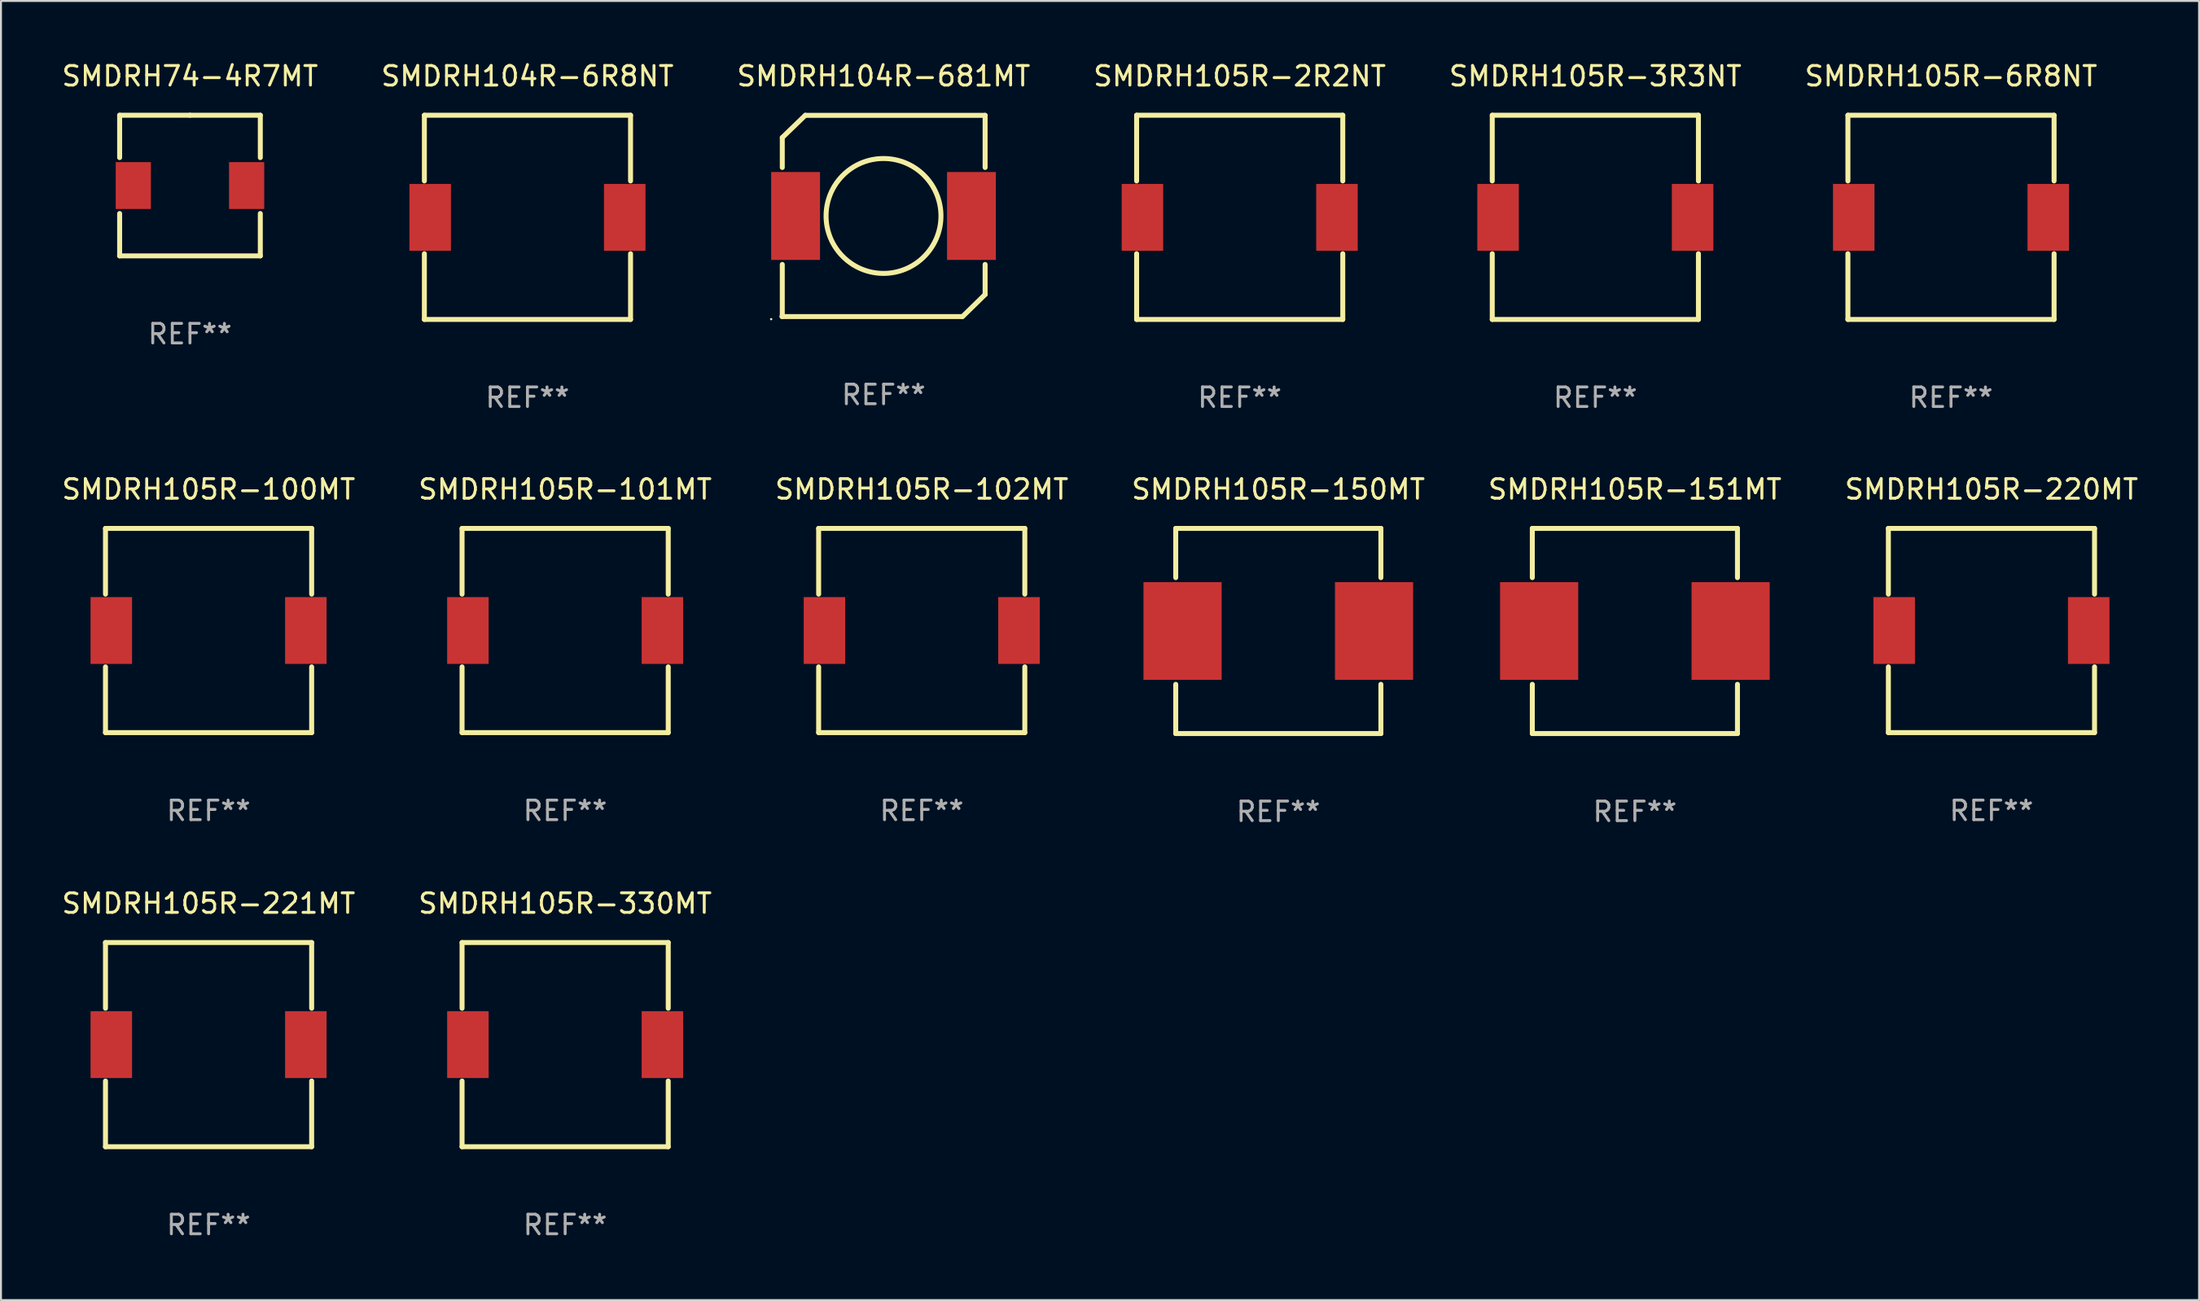
<source format=kicad_pcb>
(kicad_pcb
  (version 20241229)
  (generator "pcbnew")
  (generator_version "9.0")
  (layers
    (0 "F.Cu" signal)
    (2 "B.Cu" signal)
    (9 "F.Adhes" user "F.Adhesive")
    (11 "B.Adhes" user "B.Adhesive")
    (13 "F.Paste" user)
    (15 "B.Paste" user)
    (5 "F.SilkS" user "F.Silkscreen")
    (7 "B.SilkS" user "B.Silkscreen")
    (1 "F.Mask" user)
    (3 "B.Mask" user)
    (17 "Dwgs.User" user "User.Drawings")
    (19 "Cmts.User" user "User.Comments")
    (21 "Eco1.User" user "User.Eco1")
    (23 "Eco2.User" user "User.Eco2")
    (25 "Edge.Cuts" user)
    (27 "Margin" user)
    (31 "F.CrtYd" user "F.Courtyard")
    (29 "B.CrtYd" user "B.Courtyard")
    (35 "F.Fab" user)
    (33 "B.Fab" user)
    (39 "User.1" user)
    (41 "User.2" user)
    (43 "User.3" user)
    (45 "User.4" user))
  (footprint "SMDRH105R-100MT"
    (layer "F.Cu")
    (at 7.625 29.223)
    (property "Reference" "SMDRH105R-100MT" (at 0 -7.226 0) (layer "F.SilkS") (effects (font (size 1 1) (thickness 0.15))))
    (attr through_hole)
    (fp_line (start -5.276 -5.226) (end 5.276 -5.226) (stroke (width 0.254) (type solid)) (layer "F.SilkS"))
    (fp_line (start -5.276 -1.862) (end -5.276 -5.226) (stroke (width 0.254) (type solid)) (layer "F.SilkS"))
    (fp_line (start -5.276 1.862) (end -5.276 5.226) (stroke (width 0.254) (type solid)) (layer "F.SilkS"))
    (fp_line (start -5.276 5.226) (end 5.276 5.226) (stroke (width 0.254) (type solid)) (layer "F.SilkS"))
    (fp_line (start 5.276 -5.226) (end 5.276 -1.862) (stroke (width 0.254) (type solid)) (layer "F.SilkS"))
    (fp_line (start 5.276 5.226) (end 5.276 1.862) (stroke (width 0.254) (type solid)) (layer "F.SilkS"))
    (fp_circle (center 5.2 -5.15) (end 5.23 -5.15) (stroke (width 0.06) (type solid)) (fill no) (layer "F.SilkS"))
    (fp_text user "REF**" (at 0 9.226 0) (layer "F.Fab") (effects (font (size 1 1) (thickness 0.15))))
    (pad "1" smd rect (at 4.978 0) (size 2.124 3.42) (layers "F.Cu" "F.Mask" "F.Paste"))
    (pad "2" smd rect (at -4.978 0) (size 2.124 3.42) (layers "F.Cu" "F.Mask" "F.Paste")))
  (footprint "SMDRH104R-681MT"
    (layer "F.Cu")
    (at 42.173 8.004)
    (property "Reference" "SMDRH104R-681MT" (at 0 -7.156 0) (layer "F.SilkS") (effects (font (size 1 1) (thickness 0.15))))
    (attr through_hole)
    (fp_line (start -5.185 -4.013) (end -5.185 -2.481) (stroke (width 0.254) (type solid)) (layer "F.SilkS"))
    (fp_line (start -5.185 2.481) (end -5.185 5.15) (stroke (width 0.254) (type solid)) (layer "F.SilkS"))
    (fp_line (start -4.004 -5.156) (end -5.185 -4.013) (stroke (width 0.254) (type solid)) (layer "F.SilkS"))
    (fp_line (start -4.004 -5.15) (end 5.196 -5.15) (stroke (width 0.254) (type solid)) (layer "F.SilkS"))
    (fp_line (start 3.996 5.15) (end -5.203 5.15) (stroke (width 0.254) (type solid)) (layer "F.SilkS"))
    (fp_line (start 5.196 -5.15) (end 5.196 -2.481) (stroke (width 0.254) (type solid)) (layer "F.SilkS"))
    (fp_line (start 5.196 2.481) (end 5.196 4.013) (stroke (width 0.254) (type solid)) (layer "F.SilkS"))
    (fp_line (start 5.203 4.013) (end 4.035 5.156) (stroke (width 0.254) (type solid)) (layer "F.SilkS"))
    (fp_circle (center -5.754 5.283) (end -5.724 5.283) (stroke (width 0.06) (type solid)) (fill no) (layer "F.SilkS"))
    (fp_circle (center -0.004 0) (end 2.936 0) (stroke (width 0.254) (type solid)) (fill no) (layer "F.SilkS"))
    (fp_text user "XXX" (at -2.544 0.091 0) (layer "B.Mask") (effects (font (size 1 1) (thickness 0.15))))
    (fp_text user "REF**" (at 0 9.156 0) (layer "F.Fab") (effects (font (size 1 1) (thickness 0.15))))
    (pad "1" smd rect (at -4.504 0) (size 2.5 4.5) (layers "F.Cu" "F.Mask" "F.Paste"))
    (pad "2" smd rect (at 4.497 0) (size 2.5 4.5) (layers "F.Cu" "F.Mask" "F.Paste")))
  (footprint "SMDRH105R-6R8NT"
    (layer "F.Cu")
    (at 96.804 8.074)
    (property "Reference" "SMDRH105R-6R8NT" (at 0 -7.226 0) (layer "F.SilkS") (effects (font (size 1 1) (thickness 0.15))))
    (attr through_hole)
    (fp_line (start -5.276 -5.226) (end 5.276 -5.226) (stroke (width 0.254) (type solid)) (layer "F.SilkS"))
    (fp_line (start -5.276 -1.862) (end -5.276 -5.226) (stroke (width 0.254) (type solid)) (layer "F.SilkS"))
    (fp_line (start -5.276 1.862) (end -5.276 5.226) (stroke (width 0.254) (type solid)) (layer "F.SilkS"))
    (fp_line (start -5.276 5.226) (end 5.276 5.226) (stroke (width 0.254) (type solid)) (layer "F.SilkS"))
    (fp_line (start 5.276 -5.226) (end 5.276 -1.862) (stroke (width 0.254) (type solid)) (layer "F.SilkS"))
    (fp_line (start 5.276 5.226) (end 5.276 1.862) (stroke (width 0.254) (type solid)) (layer "F.SilkS"))
    (fp_circle (center 5.2 -5.15) (end 5.23 -5.15) (stroke (width 0.06) (type solid)) (fill no) (layer "F.SilkS"))
    (fp_text user "REF**" (at 0 9.226 0) (layer "F.Fab") (effects (font (size 1 1) (thickness 0.15))))
    (pad "1" smd rect (at 4.978 0) (size 2.124 3.42) (layers "F.Cu" "F.Mask" "F.Paste"))
    (pad "2" smd rect (at -4.978 0) (size 2.124 3.42) (layers "F.Cu" "F.Mask" "F.Paste")))
  (footprint "SMDRH105R-220MT"
    (layer "F.Cu")
    (at 98.875 29.223)
    (property "Reference" "SMDRH105R-220MT" (at 0 -7.226 0) (layer "F.SilkS") (effects (font (size 1 1) (thickness 0.15))))
    (attr through_hole)
    (fp_line (start -5.276 -5.226) (end 5.276 -5.226) (stroke (width 0.254) (type solid)) (layer "F.SilkS"))
    (fp_line (start -5.276 -1.862) (end -5.276 -5.226) (stroke (width 0.254) (type solid)) (layer "F.SilkS"))
    (fp_line (start -5.276 1.862) (end -5.276 5.226) (stroke (width 0.254) (type solid)) (layer "F.SilkS"))
    (fp_line (start -5.276 5.226) (end 5.276 5.226) (stroke (width 0.254) (type solid)) (layer "F.SilkS"))
    (fp_line (start 5.276 -5.226) (end 5.276 -1.862) (stroke (width 0.254) (type solid)) (layer "F.SilkS"))
    (fp_line (start 5.276 5.226) (end 5.276 1.862) (stroke (width 0.254) (type solid)) (layer "F.SilkS"))
    (fp_circle (center 5.2 -5.15) (end 5.23 -5.15) (stroke (width 0.06) (type solid)) (fill no) (layer "F.SilkS"))
    (fp_text user "REF**" (at 0 9.226 0) (layer "F.Fab") (effects (font (size 1 1) (thickness 0.15))))
    (pad "1" smd rect (at 4.978 0) (size 2.124 3.42) (layers "F.Cu" "F.Mask" "F.Paste"))
    (pad "2" smd rect (at -4.978 0) (size 2.124 3.42) (layers "F.Cu" "F.Mask" "F.Paste")))
  (footprint "SMDRH105R-102MT"
    (layer "F.Cu")
    (at 44.125 29.223)
    (property "Reference" "SMDRH105R-102MT" (at 0 -7.226 0) (layer "F.SilkS") (effects (font (size 1 1) (thickness 0.15))))
    (attr through_hole)
    (fp_line (start -5.276 -5.226) (end 5.276 -5.226) (stroke (width 0.254) (type solid)) (layer "F.SilkS"))
    (fp_line (start -5.276 -1.862) (end -5.276 -5.226) (stroke (width 0.254) (type solid)) (layer "F.SilkS"))
    (fp_line (start -5.276 1.862) (end -5.276 5.226) (stroke (width 0.254) (type solid)) (layer "F.SilkS"))
    (fp_line (start -5.276 5.226) (end 5.276 5.226) (stroke (width 0.254) (type solid)) (layer "F.SilkS"))
    (fp_line (start 5.276 -5.226) (end 5.276 -1.862) (stroke (width 0.254) (type solid)) (layer "F.SilkS"))
    (fp_line (start 5.276 5.226) (end 5.276 1.862) (stroke (width 0.254) (type solid)) (layer "F.SilkS"))
    (fp_circle (center 5.2 -5.15) (end 5.23 -5.15) (stroke (width 0.06) (type solid)) (fill no) (layer "F.SilkS"))
    (fp_text user "REF**" (at 0 9.226 0) (layer "F.Fab") (effects (font (size 1 1) (thickness 0.15))))
    (pad "1" smd rect (at 4.978 0) (size 2.124 3.42) (layers "F.Cu" "F.Mask" "F.Paste"))
    (pad "2" smd rect (at -4.978 0) (size 2.124 3.42) (layers "F.Cu" "F.Mask" "F.Paste")))
  (footprint "SMDRH105R-2R2NT"
    (layer "F.Cu")
    (at 60.399 8.074)
    (property "Reference" "SMDRH105R-2R2NT" (at 0 -7.226 0) (layer "F.SilkS") (effects (font (size 1 1) (thickness 0.15))))
    (attr through_hole)
    (fp_line (start -5.276 -5.226) (end 5.276 -5.226) (stroke (width 0.254) (type solid)) (layer "F.SilkS"))
    (fp_line (start -5.276 -1.862) (end -5.276 -5.226) (stroke (width 0.254) (type solid)) (layer "F.SilkS"))
    (fp_line (start -5.276 1.862) (end -5.276 5.226) (stroke (width 0.254) (type solid)) (layer "F.SilkS"))
    (fp_line (start -5.276 5.226) (end 5.276 5.226) (stroke (width 0.254) (type solid)) (layer "F.SilkS"))
    (fp_line (start 5.276 -5.226) (end 5.276 -1.862) (stroke (width 0.254) (type solid)) (layer "F.SilkS"))
    (fp_line (start 5.276 5.226) (end 5.276 1.862) (stroke (width 0.254) (type solid)) (layer "F.SilkS"))
    (fp_circle (center 5.2 -5.15) (end 5.23 -5.15) (stroke (width 0.06) (type solid)) (fill no) (layer "F.SilkS"))
    (fp_text user "REF**" (at 0 9.226 0) (layer "F.Fab") (effects (font (size 1 1) (thickness 0.15))))
    (pad "1" smd rect (at 4.978 0) (size 2.124 3.42) (layers "F.Cu" "F.Mask" "F.Paste"))
    (pad "2" smd rect (at -4.978 0) (size 2.124 3.42) (layers "F.Cu" "F.Mask" "F.Paste")))
  (footprint "SMDRH105R-151MT"
    (layer "F.Cu")
    (at 80.625 29.247)
    (property "Reference" "SMDRH105R-151MT" (at 0 -7.25 0) (layer "F.SilkS") (effects (font (size 1 1) (thickness 0.15))))
    (attr through_hole)
    (fp_line (start -5.25 -5.25) (end -5.25 -2.731) (stroke (width 0.254) (type solid)) (layer "F.SilkS"))
    (fp_line (start -5.25 -5.25) (end 5.25 -5.25) (stroke (width 0.254) (type solid)) (layer "F.SilkS"))
    (fp_line (start -5.25 2.731) (end -5.25 5.25) (stroke (width 0.254) (type solid)) (layer "F.SilkS"))
    (fp_line (start -4.989 5.25) (end -5.25 5.25) (stroke (width 0.254) (type solid)) (layer "F.SilkS"))
    (fp_line (start 5.25 -5.25) (end 5.25 -2.731) (stroke (width 0.254) (type solid)) (layer "F.SilkS"))
    (fp_line (start 5.25 2.731) (end 5.25 5.25) (stroke (width 0.254) (type solid)) (layer "F.SilkS"))
    (fp_line (start 5.25 5.25) (end -4.989 5.25) (stroke (width 0.254) (type solid)) (layer "F.SilkS"))
    (fp_circle (center -5.25 5.25) (end -5.22 5.25) (stroke (width 0.06) (type solid)) (fill no) (layer "F.SilkS"))
    (fp_text user "REF**" (at 0 9.25 0) (layer "F.Fab") (effects (font (size 1 1) (thickness 0.15))))
    (pad "1" smd rect (at -4.9 -0.000013) (size 4 5) (layers "F.Cu" "F.Mask" "F.Paste"))
    (pad "2" smd rect (at 4.9 -0.000013) (size 4 5) (layers "F.Cu" "F.Mask" "F.Paste")))
  (footprint "SMDRH105R-3R3NT"
    (layer "F.Cu")
    (at 78.601 8.074)
    (property "Reference" "SMDRH105R-3R3NT" (at 0 -7.226 0) (layer "F.SilkS") (effects (font (size 1 1) (thickness 0.15))))
    (attr through_hole)
    (fp_line (start -5.276 -5.226) (end 5.276 -5.226) (stroke (width 0.254) (type solid)) (layer "F.SilkS"))
    (fp_line (start -5.276 -1.862) (end -5.276 -5.226) (stroke (width 0.254) (type solid)) (layer "F.SilkS"))
    (fp_line (start -5.276 1.862) (end -5.276 5.226) (stroke (width 0.254) (type solid)) (layer "F.SilkS"))
    (fp_line (start -5.276 5.226) (end 5.276 5.226) (stroke (width 0.254) (type solid)) (layer "F.SilkS"))
    (fp_line (start 5.276 -5.226) (end 5.276 -1.862) (stroke (width 0.254) (type solid)) (layer "F.SilkS"))
    (fp_line (start 5.276 5.226) (end 5.276 1.862) (stroke (width 0.254) (type solid)) (layer "F.SilkS"))
    (fp_circle (center 5.2 -5.15) (end 5.23 -5.15) (stroke (width 0.06) (type solid)) (fill no) (layer "F.SilkS"))
    (fp_text user "REF**" (at 0 9.226 0) (layer "F.Fab") (effects (font (size 1 1) (thickness 0.15))))
    (pad "1" smd rect (at 4.978 0) (size 2.124 3.42) (layers "F.Cu" "F.Mask" "F.Paste"))
    (pad "2" smd rect (at -4.978 0) (size 2.124 3.42) (layers "F.Cu" "F.Mask" "F.Paste")))
  (footprint "SMDRH105R-330MT"
    (layer "F.Cu")
    (at 25.875 50.42)
    (property "Reference" "SMDRH105R-330MT" (at 0 -7.226 0) (layer "F.SilkS") (effects (font (size 1 1) (thickness 0.15))))
    (attr through_hole)
    (fp_line (start -5.276 -5.226) (end 5.276 -5.226) (stroke (width 0.254) (type solid)) (layer "F.SilkS"))
    (fp_line (start -5.276 -1.862) (end -5.276 -5.226) (stroke (width 0.254) (type solid)) (layer "F.SilkS"))
    (fp_line (start -5.276 1.862) (end -5.276 5.226) (stroke (width 0.254) (type solid)) (layer "F.SilkS"))
    (fp_line (start -5.276 5.226) (end 5.276 5.226) (stroke (width 0.254) (type solid)) (layer "F.SilkS"))
    (fp_line (start 5.276 -5.226) (end 5.276 -1.862) (stroke (width 0.254) (type solid)) (layer "F.SilkS"))
    (fp_line (start 5.276 5.226) (end 5.276 1.862) (stroke (width 0.254) (type solid)) (layer "F.SilkS"))
    (fp_circle (center 5.2 -5.15) (end 5.23 -5.15) (stroke (width 0.06) (type solid)) (fill no) (layer "F.SilkS"))
    (fp_text user "REF**" (at 0 9.226 0) (layer "F.Fab") (effects (font (size 1 1) (thickness 0.15))))
    (pad "1" smd rect (at 4.978 0) (size 2.124 3.42) (layers "F.Cu" "F.Mask" "F.Paste"))
    (pad "2" smd rect (at -4.978 0) (size 2.124 3.42) (layers "F.Cu" "F.Mask" "F.Paste")))
  (footprint "SMDRH105R-101MT"
    (layer "F.Cu")
    (at 25.875 29.223)
    (property "Reference" "SMDRH105R-101MT" (at 0 -7.226 0) (layer "F.SilkS") (effects (font (size 1 1) (thickness 0.15))))
    (attr through_hole)
    (fp_line (start -5.276 -5.226) (end 5.276 -5.226) (stroke (width 0.254) (type solid)) (layer "F.SilkS"))
    (fp_line (start -5.276 -1.862) (end -5.276 -5.226) (stroke (width 0.254) (type solid)) (layer "F.SilkS"))
    (fp_line (start -5.276 1.862) (end -5.276 5.226) (stroke (width 0.254) (type solid)) (layer "F.SilkS"))
    (fp_line (start -5.276 5.226) (end 5.276 5.226) (stroke (width 0.254) (type solid)) (layer "F.SilkS"))
    (fp_line (start 5.276 -5.226) (end 5.276 -1.862) (stroke (width 0.254) (type solid)) (layer "F.SilkS"))
    (fp_line (start 5.276 5.226) (end 5.276 1.862) (stroke (width 0.254) (type solid)) (layer "F.SilkS"))
    (fp_circle (center 5.2 -5.15) (end 5.23 -5.15) (stroke (width 0.06) (type solid)) (fill no) (layer "F.SilkS"))
    (fp_text user "REF**" (at 0 9.226 0) (layer "F.Fab") (effects (font (size 1 1) (thickness 0.15))))
    (pad "1" smd rect (at 4.978 0) (size 2.124 3.42) (layers "F.Cu" "F.Mask" "F.Paste"))
    (pad "2" smd rect (at -4.978 0) (size 2.124 3.42) (layers "F.Cu" "F.Mask" "F.Paste")))
  (footprint "SMDRH105R-221MT"
    (layer "F.Cu")
    (at 7.625 50.42)
    (property "Reference" "SMDRH105R-221MT" (at 0 -7.226 0) (layer "F.SilkS") (effects (font (size 1 1) (thickness 0.15))))
    (attr through_hole)
    (fp_line (start -5.276 -5.226) (end 5.276 -5.226) (stroke (width 0.254) (type solid)) (layer "F.SilkS"))
    (fp_line (start -5.276 -1.862) (end -5.276 -5.226) (stroke (width 0.254) (type solid)) (layer "F.SilkS"))
    (fp_line (start -5.276 1.862) (end -5.276 5.226) (stroke (width 0.254) (type solid)) (layer "F.SilkS"))
    (fp_line (start -5.276 5.226) (end 5.276 5.226) (stroke (width 0.254) (type solid)) (layer "F.SilkS"))
    (fp_line (start 5.276 -5.226) (end 5.276 -1.862) (stroke (width 0.254) (type solid)) (layer "F.SilkS"))
    (fp_line (start 5.276 5.226) (end 5.276 1.862) (stroke (width 0.254) (type solid)) (layer "F.SilkS"))
    (fp_circle (center 5.2 -5.15) (end 5.23 -5.15) (stroke (width 0.06) (type solid)) (fill no) (layer "F.SilkS"))
    (fp_text user "REF**" (at 0 9.226 0) (layer "F.Fab") (effects (font (size 1 1) (thickness 0.15))))
    (pad "1" smd rect (at 4.978 0) (size 2.124 3.42) (layers "F.Cu" "F.Mask" "F.Paste"))
    (pad "2" smd rect (at -4.978 0) (size 2.124 3.42) (layers "F.Cu" "F.Mask" "F.Paste")))
  (footprint "SMDRH104R-6R8NT"
    (layer "F.Cu")
    (at 23.946 8.074)
    (property "Reference" "SMDRH104R-6R8NT" (at 0 -7.226 0) (layer "F.SilkS") (effects (font (size 1 1) (thickness 0.15))))
    (attr through_hole)
    (fp_line (start -5.276 -5.226) (end 5.276 -5.226) (stroke (width 0.254) (type solid)) (layer "F.SilkS"))
    (fp_line (start -5.276 -1.862) (end -5.276 -5.226) (stroke (width 0.254) (type solid)) (layer "F.SilkS"))
    (fp_line (start -5.276 1.862) (end -5.276 5.226) (stroke (width 0.254) (type solid)) (layer "F.SilkS"))
    (fp_line (start -5.276 5.226) (end 5.276 5.226) (stroke (width 0.254) (type solid)) (layer "F.SilkS"))
    (fp_line (start 5.276 -5.226) (end 5.276 -1.862) (stroke (width 0.254) (type solid)) (layer "F.SilkS"))
    (fp_line (start 5.276 5.226) (end 5.276 1.862) (stroke (width 0.254) (type solid)) (layer "F.SilkS"))
    (fp_circle (center 5.2 -5.15) (end 5.23 -5.15) (stroke (width 0.06) (type solid)) (fill no) (layer "F.SilkS"))
    (fp_text user "REF**" (at 0 9.226 0) (layer "F.Fab") (effects (font (size 1 1) (thickness 0.15))))
    (pad "1" smd rect (at 4.978 0) (size 2.124 3.42) (layers "F.Cu" "F.Mask" "F.Paste"))
    (pad "2" smd rect (at -4.978 0) (size 2.124 3.42) (layers "F.Cu" "F.Mask" "F.Paste")))
  (footprint "SMDRH105R-150MT"
    (layer "F.Cu")
    (at 62.375 29.247)
    (property "Reference" "SMDRH105R-150MT" (at 0 -7.25 0) (layer "F.SilkS") (effects (font (size 1 1) (thickness 0.15))))
    (attr through_hole)
    (fp_line (start -5.25 -5.25) (end -5.25 -2.731) (stroke (width 0.254) (type solid)) (layer "F.SilkS"))
    (fp_line (start -5.25 -5.25) (end 5.25 -5.25) (stroke (width 0.254) (type solid)) (layer "F.SilkS"))
    (fp_line (start -5.25 2.731) (end -5.25 5.25) (stroke (width 0.254) (type solid)) (layer "F.SilkS"))
    (fp_line (start -4.989 5.25) (end -5.25 5.25) (stroke (width 0.254) (type solid)) (layer "F.SilkS"))
    (fp_line (start 5.25 -5.25) (end 5.25 -2.731) (stroke (width 0.254) (type solid)) (layer "F.SilkS"))
    (fp_line (start 5.25 2.731) (end 5.25 5.25) (stroke (width 0.254) (type solid)) (layer "F.SilkS"))
    (fp_line (start 5.25 5.25) (end -4.989 5.25) (stroke (width 0.254) (type solid)) (layer "F.SilkS"))
    (fp_circle (center -5.25 5.25) (end -5.22 5.25) (stroke (width 0.06) (type solid)) (fill no) (layer "F.SilkS"))
    (fp_text user "REF**" (at 0 9.25 0) (layer "F.Fab") (effects (font (size 1 1) (thickness 0.15))))
    (pad "1" smd rect (at -4.9 -0.000013) (size 4 5) (layers "F.Cu" "F.Mask" "F.Paste"))
    (pad "2" smd rect (at 4.9 -0.000013) (size 4 5) (layers "F.Cu" "F.Mask" "F.Paste")))
  (footprint "SMDRH74-4R7MT"
    (layer "F.Cu")
    (at 6.673 6.448)
    (property "Reference" "SMDRH74-4R7MT" (at 0 -5.6 0) (layer "F.SilkS") (effects (font (size 1 1) (thickness 0.15))))
    (attr through_hole)
    (fp_line (start -3.6 -3.6) (end 0 -3.6) (stroke (width 0.254) (type solid)) (layer "F.SilkS"))
    (fp_line (start -3.6 -1.431) (end -3.6 -3.6) (stroke (width 0.254) (type solid)) (layer "F.SilkS"))
    (fp_line (start -3.6 3.6) (end -3.6 1.431) (stroke (width 0.254) (type solid)) (layer "F.SilkS"))
    (fp_line (start 0 -3.6) (end 3.6 -3.6) (stroke (width 0.254) (type solid)) (layer "F.SilkS"))
    (fp_line (start 3.6 -3.6) (end 3.6 -1.431) (stroke (width 0.254) (type solid)) (layer "F.SilkS"))
    (fp_line (start 3.6 1.431) (end 3.6 3.6) (stroke (width 0.254) (type solid)) (layer "F.SilkS"))
    (fp_line (start 3.6 3.6) (end -3.6 3.6) (stroke (width 0.254) (type solid)) (layer "F.SilkS"))
    (fp_circle (center -3.673 3.6) (end -3.643 3.6) (stroke (width 0.06) (type solid)) (fill no) (layer "F.SilkS"))
    (fp_text user "REF**" (at 0 7.6 0) (layer "F.Fab") (effects (font (size 1 1) (thickness 0.15))))
    (pad "1" smd rect (at -2.9 0) (size 1.8 2.4) (layers "F.Cu" "F.Mask" "F.Paste"))
    (pad "2" smd rect (at 2.9 0) (size 1.8 2.4) (layers "F.Cu" "F.Mask" "F.Paste")))
  (gr_rect
    (start -3 -3)
    (end 109.5 63.494)
    (stroke (width 0.1) (type default))
    (fill no)
    (layer "Edge.Cuts")))
</source>
